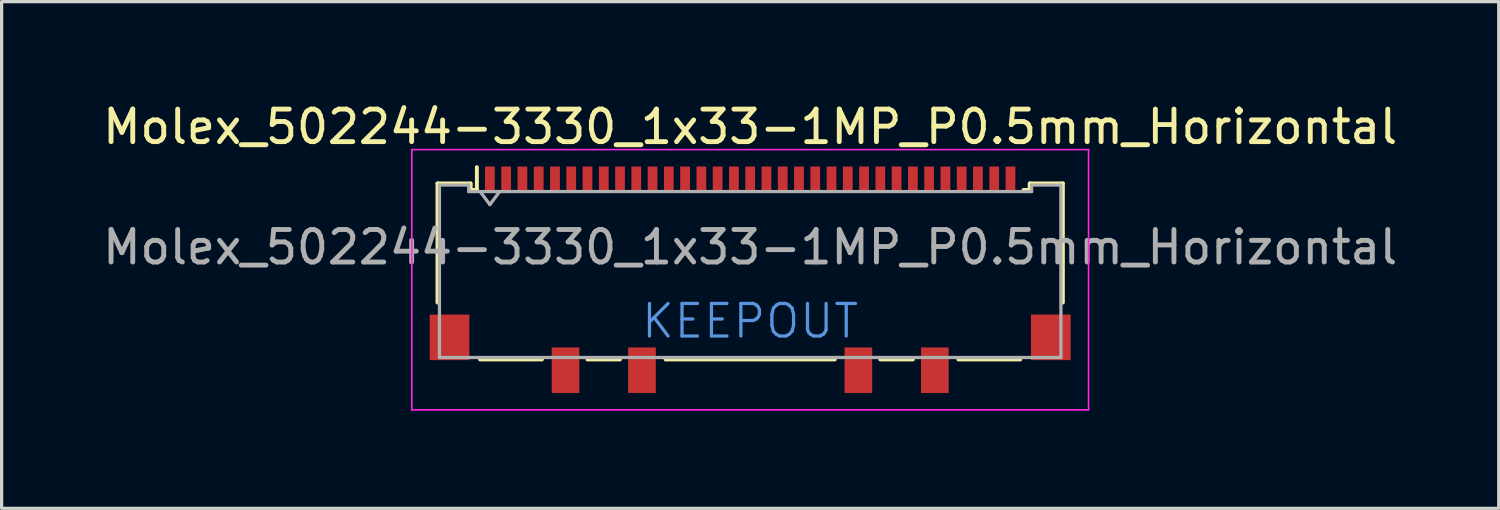
<source format=kicad_pcb>
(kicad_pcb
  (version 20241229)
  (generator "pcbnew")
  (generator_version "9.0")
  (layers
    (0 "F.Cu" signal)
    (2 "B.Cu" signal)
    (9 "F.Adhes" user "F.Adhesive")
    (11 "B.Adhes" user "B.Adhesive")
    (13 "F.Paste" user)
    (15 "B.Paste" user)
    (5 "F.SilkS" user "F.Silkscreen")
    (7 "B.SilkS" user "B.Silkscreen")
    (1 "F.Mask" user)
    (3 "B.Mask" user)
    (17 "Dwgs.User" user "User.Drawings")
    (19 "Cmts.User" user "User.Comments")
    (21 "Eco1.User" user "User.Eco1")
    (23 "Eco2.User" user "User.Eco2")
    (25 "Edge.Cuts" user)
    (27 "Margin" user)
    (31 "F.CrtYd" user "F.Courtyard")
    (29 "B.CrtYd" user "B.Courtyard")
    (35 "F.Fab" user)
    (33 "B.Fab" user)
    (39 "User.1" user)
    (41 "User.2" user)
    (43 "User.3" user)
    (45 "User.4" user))
  (footprint "Molex_502244-3330_1x33-1MP_P0.5mm_Horizontal"
    (layer "F.Cu")
    (at 20.006 5.548)
    (property "Reference" "Molex_502244-3330_1x33-1MP_P0.5mm_Horizontal" (at 0 -4.7 0) (layer "F.SilkS") (effects (font (size 1 1) (thickness 0.15))))
    (attr smd)
    (fp_line (start -9.61 -2.96) (end -8.6 -2.96) (stroke (width 0.12) (type solid)) (layer "F.SilkS"))
    (fp_line (start -9.61 0.7) (end -9.61 -2.96) (stroke (width 0.12) (type solid)) (layer "F.SilkS"))
    (fp_line (start -8.59 -2.76) (end -8.59 -2.96) (stroke (width 0.12) (type solid)) (layer "F.SilkS"))
    (fp_line (start -8.59 -2.76) (end -8.4 -2.76) (stroke (width 0.12) (type solid)) (layer "F.SilkS"))
    (fp_line (start -8.4 -2.76) (end -8.4 -3.46) (stroke (width 0.12) (type solid)) (layer "F.SilkS"))
    (fp_line (start -8.3 2.45) (end -6.4 2.45) (stroke (width 0.12) (type solid)) (layer "F.SilkS"))
    (fp_line (start -4 2.45) (end -5 2.45) (stroke (width 0.12) (type solid)) (layer "F.SilkS"))
    (fp_line (start -2.6 2.45) (end 2.6 2.45) (stroke (width 0.12) (type solid)) (layer "F.SilkS"))
    (fp_line (start 4 2.45) (end 5 2.45) (stroke (width 0.12) (type solid)) (layer "F.SilkS"))
    (fp_line (start 6.4 2.45) (end 8.3 2.45) (stroke (width 0.12) (type solid)) (layer "F.SilkS"))
    (fp_line (start 8.59 -2.96) (end 8.59 -2.76) (stroke (width 0.12) (type solid)) (layer "F.SilkS"))
    (fp_line (start 8.59 -2.76) (end 8.4 -2.76) (stroke (width 0.12) (type solid)) (layer "F.SilkS"))
    (fp_line (start 8.6 -2.96) (end 9.61 -2.96) (stroke (width 0.12) (type solid)) (layer "F.SilkS"))
    (fp_line (start 9.61 -2.96) (end 9.61 0.7) (stroke (width 0.12) (type solid)) (layer "F.SilkS"))
    (fp_line (start -10.4 -4) (end 10.4 -4) (stroke (width 0.05) (type solid)) (layer "F.CrtYd"))
    (fp_line (start -10.4 4) (end -10.4 -4) (stroke (width 0.05) (type solid)) (layer "F.CrtYd"))
    (fp_line (start 10.4 -4) (end 10.4 4) (stroke (width 0.05) (type solid)) (layer "F.CrtYd"))
    (fp_line (start 10.4 4) (end -10.4 4) (stroke (width 0.05) (type solid)) (layer "F.CrtYd"))
    (fp_line (start -9.55 -2.91) (end -9.55 2.39) (stroke (width 0.1) (type solid)) (layer "F.Fab"))
    (fp_line (start -9.55 2.39) (end 9.55 2.39) (stroke (width 0.1) (type solid)) (layer "F.Fab"))
    (fp_line (start -8.65 -2.91) (end -9.55 -2.91) (stroke (width 0.1) (type solid)) (layer "F.Fab"))
    (fp_line (start -8.65 -2.71) (end -8.65 -2.91) (stroke (width 0.1) (type solid)) (layer "F.Fab"))
    (fp_line (start -8.3 -2.71) (end -8 -2.31) (stroke (width 0.1) (type solid)) (layer "F.Fab"))
    (fp_line (start -8 -2.31) (end -7.7 -2.71) (stroke (width 0.1) (type solid)) (layer "F.Fab"))
    (fp_line (start 8.65 -2.91) (end 8.65 -2.71) (stroke (width 0.1) (type solid)) (layer "F.Fab"))
    (fp_line (start 8.65 -2.71) (end -8.65 -2.71) (stroke (width 0.1) (type solid)) (layer "F.Fab"))
    (fp_line (start 9.55 -2.91) (end 8.65 -2.91) (stroke (width 0.1) (type solid)) (layer "F.Fab"))
    (fp_line (start 9.55 -2.91) (end 9.55 2.39) (stroke (width 0.1) (type solid)) (layer "F.Fab"))
    (fp_text user "KEEPOUT" (at 0 1.271 0) (layer "Cmts.User") (effects (font (size 1 1) (thickness 0.1))))
    (fp_text user "${REFERENCE}" (at 0 -1 0) (layer "F.Fab") (effects (font (size 1 1) (thickness 0.15))))
    (pad "1" smd rect (at -8 -3.08) (size 0.3 0.8) (layers "F.Cu" "F.Mask" "F.Paste"))
    (pad "2" smd rect (at -7.5 -3.08) (size 0.3 0.8) (layers "F.Cu" "F.Mask" "F.Paste"))
    (pad "3" smd rect (at -7 -3.08) (size 0.3 0.8) (layers "F.Cu" "F.Mask" "F.Paste"))
    (pad "4" smd rect (at -6.5 -3.08) (size 0.3 0.8) (layers "F.Cu" "F.Mask" "F.Paste"))
    (pad "5" smd rect (at -6 -3.08) (size 0.3 0.8) (layers "F.Cu" "F.Mask" "F.Paste"))
    (pad "6" smd rect (at -5.5 -3.08) (size 0.3 0.8) (layers "F.Cu" "F.Mask" "F.Paste"))
    (pad "7" smd rect (at -5 -3.08) (size 0.3 0.8) (layers "F.Cu" "F.Mask" "F.Paste"))
    (pad "8" smd rect (at -4.5 -3.08) (size 0.3 0.8) (layers "F.Cu" "F.Mask" "F.Paste"))
    (pad "9" smd rect (at -4 -3.08) (size 0.3 0.8) (layers "F.Cu" "F.Mask" "F.Paste"))
    (pad "10" smd rect (at -3.5 -3.08) (size 0.3 0.8) (layers "F.Cu" "F.Mask" "F.Paste"))
    (pad "11" smd rect (at -3 -3.08) (size 0.3 0.8) (layers "F.Cu" "F.Mask" "F.Paste"))
    (pad "12" smd rect (at -2.5 -3.08) (size 0.3 0.8) (layers "F.Cu" "F.Mask" "F.Paste"))
    (pad "13" smd rect (at -2 -3.08) (size 0.3 0.8) (layers "F.Cu" "F.Mask" "F.Paste"))
    (pad "14" smd rect (at -1.5 -3.08) (size 0.3 0.8) (layers "F.Cu" "F.Mask" "F.Paste"))
    (pad "15" smd rect (at -1 -3.08) (size 0.3 0.8) (layers "F.Cu" "F.Mask" "F.Paste"))
    (pad "16" smd rect (at -0.5 -3.08) (size 0.3 0.8) (layers "F.Cu" "F.Mask" "F.Paste"))
    (pad "17" smd rect (at 0 -3.08) (size 0.3 0.8) (layers "F.Cu" "F.Mask" "F.Paste"))
    (pad "18" smd rect (at 0.5 -3.08) (size 0.3 0.8) (layers "F.Cu" "F.Mask" "F.Paste"))
    (pad "19" smd rect (at 1 -3.08) (size 0.3 0.8) (layers "F.Cu" "F.Mask" "F.Paste"))
    (pad "20" smd rect (at 1.5 -3.08) (size 0.3 0.8) (layers "F.Cu" "F.Mask" "F.Paste"))
    (pad "21" smd rect (at 2 -3.08) (size 0.3 0.8) (layers "F.Cu" "F.Mask" "F.Paste"))
    (pad "22" smd rect (at 2.5 -3.08) (size 0.3 0.8) (layers "F.Cu" "F.Mask" "F.Paste"))
    (pad "23" smd rect (at 3 -3.08) (size 0.3 0.8) (layers "F.Cu" "F.Mask" "F.Paste"))
    (pad "24" smd rect (at 3.5 -3.08) (size 0.3 0.8) (layers "F.Cu" "F.Mask" "F.Paste"))
    (pad "25" smd rect (at 4 -3.08) (size 0.3 0.8) (layers "F.Cu" "F.Mask" "F.Paste"))
    (pad "26" smd rect (at 4.5 -3.08) (size 0.3 0.8) (layers "F.Cu" "F.Mask" "F.Paste"))
    (pad "27" smd rect (at 5 -3.08) (size 0.3 0.8) (layers "F.Cu" "F.Mask" "F.Paste"))
    (pad "28" smd rect (at 5.5 -3.08) (size 0.3 0.8) (layers "F.Cu" "F.Mask" "F.Paste"))
    (pad "29" smd rect (at 6 -3.08) (size 0.3 0.8) (layers "F.Cu" "F.Mask" "F.Paste"))
    (pad "30" smd rect (at 6.5 -3.08) (size 0.3 0.8) (layers "F.Cu" "F.Mask" "F.Paste"))
    (pad "31" smd rect (at 7 -3.08) (size 0.3 0.8) (layers "F.Cu" "F.Mask" "F.Paste"))
    (pad "32" smd rect (at 7.5 -3.08) (size 0.3 0.8) (layers "F.Cu" "F.Mask" "F.Paste"))
    (pad "33" smd rect (at 8 -3.08) (size 0.3 0.8) (layers "F.Cu" "F.Mask" "F.Paste"))
    (pad "MP" smd rect (at -9.24 1.77) (size 1.22 1.4) (layers "F.Cu" "F.Mask" "F.Paste"))
    (pad "MP" smd rect (at -5.675 2.78) (size 0.85 1.4) (layers "F.Cu" "F.Mask" "F.Paste"))
    (pad "MP" smd rect (at -3.325 2.78) (size 0.85 1.4) (layers "F.Cu" "F.Mask" "F.Paste"))
    (pad "MP" smd rect (at 3.325 2.78) (size 0.85 1.4) (layers "F.Cu" "F.Mask" "F.Paste"))
    (pad "MP" smd rect (at 5.675 2.78) (size 0.85 1.4) (layers "F.Cu" "F.Mask" "F.Paste"))
    (pad "MP" smd rect (at 9.24 1.77) (size 1.22 1.4) (layers "F.Cu" "F.Mask" "F.Paste"))
    (zone (net_name "") (layer "F.Cu") (hatch full 0.508) (connect_pads) (min_thickness 0.254) (filled_areas_thickness no) (keepout (tracks not_allowed) (vias not_allowed) (pads not_allowed) (copperpour not_allowed) (footprints not_allowed)) (placement (enabled no)) (fill) (polygon (pts (xy 20.006 8.058) (xy 17.106 8.058) (xy 17.106 7.628) (xy 16.256 7.628) (xy 16.256 8.058) (xy 14.756 8.058) (xy 14.756 7.628) (xy 13.906 7.628) (xy 13.906 8.058) (xy 11.376 8.058) (xy 11.376 5.508) (xy 20.006 5.508))))
    (zone (net_name "") (layer "F.Cu") (hatch full 0.508) (connect_pads) (min_thickness 0.254) (filled_areas_thickness no) (keepout (tracks not_allowed) (vias not_allowed) (pads not_allowed) (copperpour not_allowed) (footprints not_allowed)) (placement (enabled no)) (fill) (polygon (pts (xy 20.006 8.058) (xy 22.906 8.058) (xy 22.906 7.628) (xy 23.756 7.628) (xy 23.756 8.058) (xy 25.256 8.058) (xy 25.256 7.628) (xy 26.106 7.628) (xy 26.106 8.058) (xy 28.636 8.058) (xy 28.636 5.508) (xy 20.006 5.508)))))
  (gr_rect
    (start -3 -3)
    (end 43.012 12.573)
    (stroke (width 0.1) (type default))
    (fill no)
    (layer "Edge.Cuts")))
</source>
